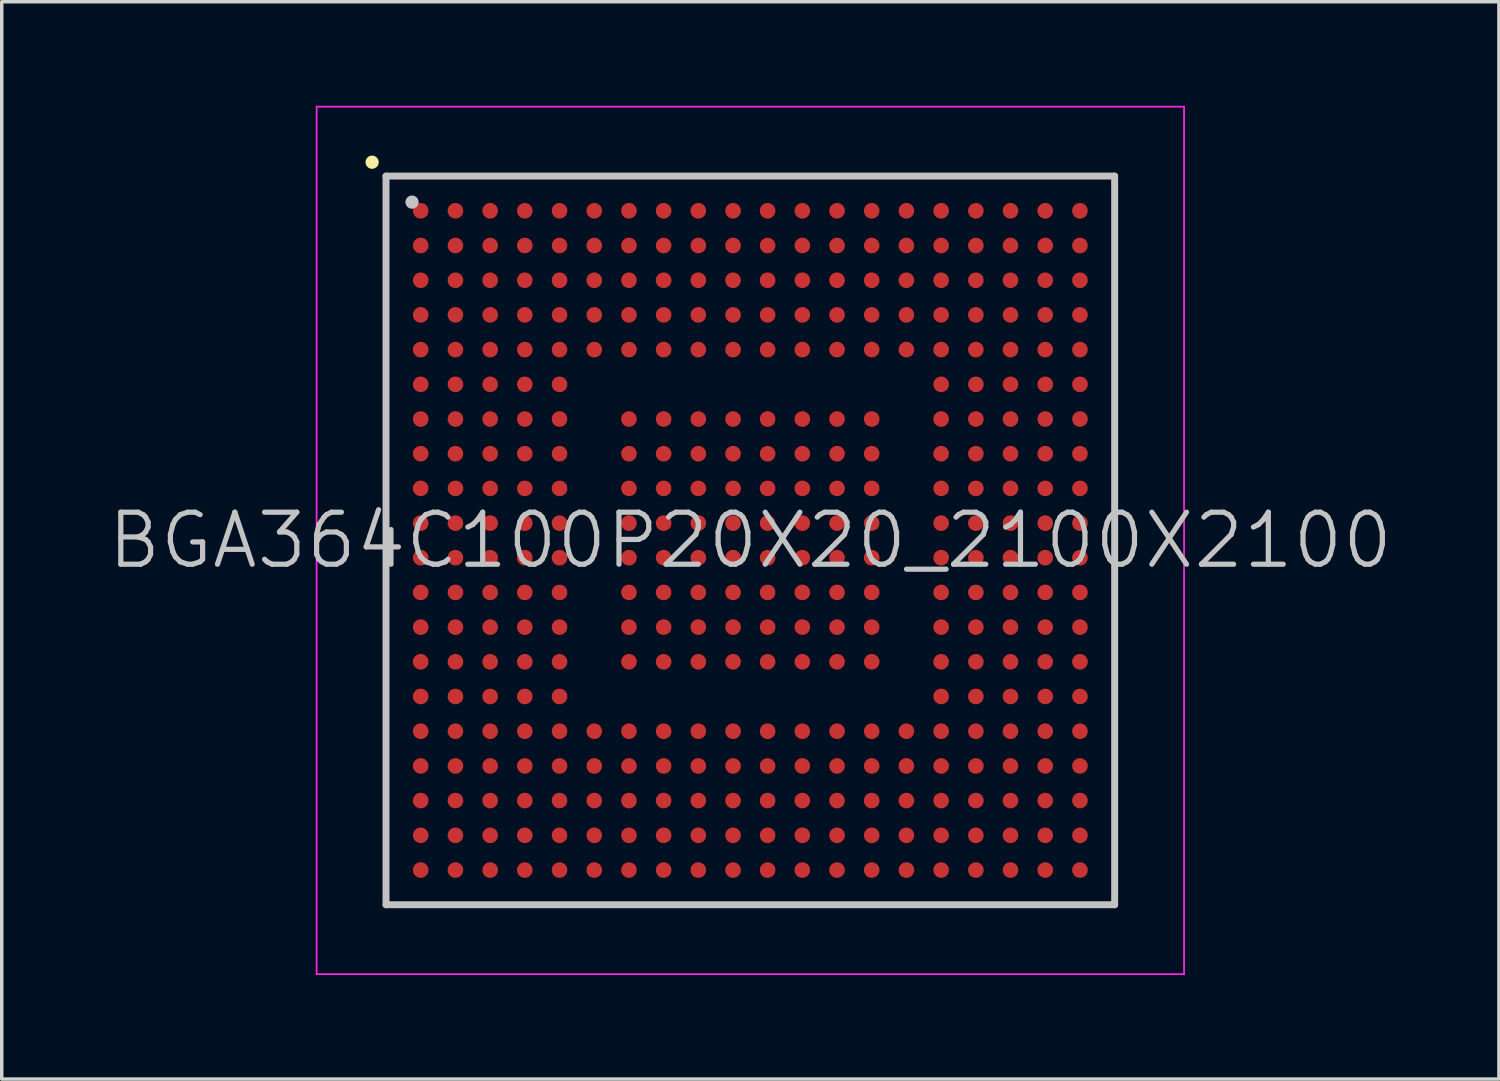
<source format=kicad_pcb>
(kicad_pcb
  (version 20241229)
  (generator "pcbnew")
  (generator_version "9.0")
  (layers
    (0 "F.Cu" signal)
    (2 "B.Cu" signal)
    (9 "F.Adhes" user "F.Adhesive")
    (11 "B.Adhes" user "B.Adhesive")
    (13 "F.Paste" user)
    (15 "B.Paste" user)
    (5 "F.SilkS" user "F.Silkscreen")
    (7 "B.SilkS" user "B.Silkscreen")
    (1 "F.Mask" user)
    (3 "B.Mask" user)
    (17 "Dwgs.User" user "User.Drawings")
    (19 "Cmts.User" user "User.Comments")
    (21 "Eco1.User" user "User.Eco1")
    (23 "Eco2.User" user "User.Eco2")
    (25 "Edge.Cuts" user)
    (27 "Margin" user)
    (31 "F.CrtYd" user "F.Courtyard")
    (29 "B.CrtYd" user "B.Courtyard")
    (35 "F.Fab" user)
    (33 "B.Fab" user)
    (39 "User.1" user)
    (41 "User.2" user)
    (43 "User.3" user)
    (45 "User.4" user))
  (footprint "BGA364C100P20X20_2100X2100"
    (layer "F.Cu")
    (at 18.575 12.525)
    (property "Reference" "BGA364C100P20X20_2100X2100" (at 0 0 0) (layer "Dwgs.User") (effects (font (size 1.5 1.5) (thickness 0.15))))
    (attr smd)
    (fp_line (start -10.9 -10.9) (end -10.9 -10.9) (stroke (width 0.381) (type solid)) (layer "F.SilkS"))
    (fp_line (start -10.5 -10.5) (end -10.5 10.5) (stroke (width 0.2) (type solid)) (layer "Dwgs.User"))
    (fp_line (start -10.5 -10.5) (end 10.5 -10.5) (stroke (width 0.2) (type solid)) (layer "Dwgs.User"))
    (fp_line (start -10.5 10.5) (end 10.5 10.5) (stroke (width 0.2) (type solid)) (layer "Dwgs.User"))
    (fp_line (start -9.75 -9.75) (end -9.75 -9.75) (stroke (width 0.381) (type solid)) (layer "Dwgs.User"))
    (fp_line (start 10.5 -10.5) (end 10.5 10.5) (stroke (width 0.2) (type solid)) (layer "Dwgs.User"))
    (fp_line (start -12.5 -12.5) (end -12.5 12.5) (stroke (width 0.05) (type solid)) (layer "F.CrtYd"))
    (fp_line (start -12.5 -12.5) (end 12.5 -12.5) (stroke (width 0.05) (type solid)) (layer "F.CrtYd"))
    (fp_line (start -12.5 12.5) (end 12.5 12.5) (stroke (width 0.05) (type solid)) (layer "F.CrtYd"))
    (fp_line (start 12.5 -12.5) (end 12.5 12.5) (stroke (width 0.05) (type solid)) (layer "F.CrtYd"))
    (pad "A1" smd circle (at -9.5 -9.5 270) (size 0.45 0.45) (layers "F.Cu" "F.Mask" "F.Paste"))
    (pad "A2" smd circle (at -8.499 -9.5 270) (size 0.45 0.45) (layers "F.Cu" "F.Mask" "F.Paste"))
    (pad "A3" smd circle (at -7.498 -9.5 270) (size 0.45 0.45) (layers "F.Cu" "F.Mask" "F.Paste"))
    (pad "A4" smd circle (at -6.5 -9.5 270) (size 0.45 0.45) (layers "F.Cu" "F.Mask" "F.Paste"))
    (pad "A5" smd circle (at -5.499 -9.5 270) (size 0.45 0.45) (layers "F.Cu" "F.Mask" "F.Paste"))
    (pad "A6" smd circle (at -4.498 -9.5 270) (size 0.45 0.45) (layers "F.Cu" "F.Mask" "F.Paste"))
    (pad "A7" smd circle (at -3.498 -9.5 270) (size 0.45 0.45) (layers "F.Cu" "F.Mask" "F.Paste"))
    (pad "A8" smd circle (at -2.499 -9.5 270) (size 0.45 0.45) (layers "F.Cu" "F.Mask" "F.Paste"))
    (pad "A9" smd circle (at -1.499 -9.5 270) (size 0.45 0.45) (layers "F.Cu" "F.Mask" "F.Paste"))
    (pad "A10" smd circle (at -0.498 -9.5 270) (size 0.45 0.45) (layers "F.Cu" "F.Mask" "F.Paste"))
    (pad "A11" smd circle (at 0.498 -9.5 270) (size 0.45 0.45) (layers "F.Cu" "F.Mask" "F.Paste"))
    (pad "A12" smd circle (at 1.499 -9.5 270) (size 0.45 0.45) (layers "F.Cu" "F.Mask" "F.Paste"))
    (pad "A13" smd circle (at 2.499 -9.5 270) (size 0.45 0.45) (layers "F.Cu" "F.Mask" "F.Paste"))
    (pad "A14" smd circle (at 3.498 -9.5 270) (size 0.45 0.45) (layers "F.Cu" "F.Mask" "F.Paste"))
    (pad "A15" smd circle (at 4.498 -9.5 270) (size 0.45 0.45) (layers "F.Cu" "F.Mask" "F.Paste"))
    (pad "A16" smd circle (at 5.499 -9.5 270) (size 0.45 0.45) (layers "F.Cu" "F.Mask" "F.Paste"))
    (pad "A17" smd circle (at 6.5 -9.5 270) (size 0.45 0.45) (layers "F.Cu" "F.Mask" "F.Paste"))
    (pad "A18" smd circle (at 7.498 -9.5 270) (size 0.45 0.45) (layers "F.Cu" "F.Mask" "F.Paste"))
    (pad "A19" smd circle (at 8.499 -9.5 270) (size 0.45 0.45) (layers "F.Cu" "F.Mask" "F.Paste"))
    (pad "A20" smd circle (at 9.5 -9.5 270) (size 0.45 0.45) (layers "F.Cu" "F.Mask" "F.Paste"))
    (pad "B1" smd circle (at -9.5 -8.499 270) (size 0.45 0.45) (layers "F.Cu" "F.Mask" "F.Paste"))
    (pad "B2" smd circle (at -8.499 -8.499 270) (size 0.45 0.45) (layers "F.Cu" "F.Mask" "F.Paste"))
    (pad "B3" smd circle (at -7.498 -8.499 270) (size 0.45 0.45) (layers "F.Cu" "F.Mask" "F.Paste"))
    (pad "B4" smd circle (at -6.5 -8.499 270) (size 0.45 0.45) (layers "F.Cu" "F.Mask" "F.Paste"))
    (pad "B5" smd circle (at -5.499 -8.499 270) (size 0.45 0.45) (layers "F.Cu" "F.Mask" "F.Paste"))
    (pad "B6" smd circle (at -4.498 -8.499 270) (size 0.45 0.45) (layers "F.Cu" "F.Mask" "F.Paste"))
    (pad "B7" smd circle (at -3.498 -8.499 270) (size 0.45 0.45) (layers "F.Cu" "F.Mask" "F.Paste"))
    (pad "B8" smd circle (at -2.499 -8.499 270) (size 0.45 0.45) (layers "F.Cu" "F.Mask" "F.Paste"))
    (pad "B9" smd circle (at -1.499 -8.499 270) (size 0.45 0.45) (layers "F.Cu" "F.Mask" "F.Paste"))
    (pad "B10" smd circle (at -0.498 -8.499 270) (size 0.45 0.45) (layers "F.Cu" "F.Mask" "F.Paste"))
    (pad "B11" smd circle (at 0.498 -8.499 270) (size 0.45 0.45) (layers "F.Cu" "F.Mask" "F.Paste"))
    (pad "B12" smd circle (at 1.499 -8.499 270) (size 0.45 0.45) (layers "F.Cu" "F.Mask" "F.Paste"))
    (pad "B13" smd circle (at 2.499 -8.499 270) (size 0.45 0.45) (layers "F.Cu" "F.Mask" "F.Paste"))
    (pad "B14" smd circle (at 3.498 -8.499 270) (size 0.45 0.45) (layers "F.Cu" "F.Mask" "F.Paste"))
    (pad "B15" smd circle (at 4.498 -8.499 270) (size 0.45 0.45) (layers "F.Cu" "F.Mask" "F.Paste"))
    (pad "B16" smd circle (at 5.499 -8.499 270) (size 0.45 0.45) (layers "F.Cu" "F.Mask" "F.Paste"))
    (pad "B17" smd circle (at 6.5 -8.499 270) (size 0.45 0.45) (layers "F.Cu" "F.Mask" "F.Paste"))
    (pad "B18" smd circle (at 7.498 -8.499 270) (size 0.45 0.45) (layers "F.Cu" "F.Mask" "F.Paste"))
    (pad "B19" smd circle (at 8.499 -8.499 270) (size 0.45 0.45) (layers "F.Cu" "F.Mask" "F.Paste"))
    (pad "B20" smd circle (at 9.5 -8.499 270) (size 0.45 0.45) (layers "F.Cu" "F.Mask" "F.Paste"))
    (pad "C1" smd circle (at -9.5 -7.498 270) (size 0.45 0.45) (layers "F.Cu" "F.Mask" "F.Paste"))
    (pad "C2" smd circle (at -8.499 -7.498 270) (size 0.45 0.45) (layers "F.Cu" "F.Mask" "F.Paste"))
    (pad "C3" smd circle (at -7.498 -7.498 270) (size 0.45 0.45) (layers "F.Cu" "F.Mask" "F.Paste"))
    (pad "C4" smd circle (at -6.5 -7.498 270) (size 0.45 0.45) (layers "F.Cu" "F.Mask" "F.Paste"))
    (pad "C5" smd circle (at -5.499 -7.498 270) (size 0.45 0.45) (layers "F.Cu" "F.Mask" "F.Paste"))
    (pad "C6" smd circle (at -4.498 -7.498 270) (size 0.45 0.45) (layers "F.Cu" "F.Mask" "F.Paste"))
    (pad "C7" smd circle (at -3.498 -7.498 270) (size 0.45 0.45) (layers "F.Cu" "F.Mask" "F.Paste"))
    (pad "C8" smd circle (at -2.499 -7.498 270) (size 0.45 0.45) (layers "F.Cu" "F.Mask" "F.Paste"))
    (pad "C9" smd circle (at -1.499 -7.498 270) (size 0.45 0.45) (layers "F.Cu" "F.Mask" "F.Paste"))
    (pad "C10" smd circle (at -0.498 -7.498 270) (size 0.45 0.45) (layers "F.Cu" "F.Mask" "F.Paste"))
    (pad "C11" smd circle (at 0.498 -7.498 270) (size 0.45 0.45) (layers "F.Cu" "F.Mask" "F.Paste"))
    (pad "C12" smd circle (at 1.499 -7.498 270) (size 0.45 0.45) (layers "F.Cu" "F.Mask" "F.Paste"))
    (pad "C13" smd circle (at 2.499 -7.498 270) (size 0.45 0.45) (layers "F.Cu" "F.Mask" "F.Paste"))
    (pad "C14" smd circle (at 3.498 -7.498 270) (size 0.45 0.45) (layers "F.Cu" "F.Mask" "F.Paste"))
    (pad "C15" smd circle (at 4.498 -7.498 270) (size 0.45 0.45) (layers "F.Cu" "F.Mask" "F.Paste"))
    (pad "C16" smd circle (at 5.499 -7.498 270) (size 0.45 0.45) (layers "F.Cu" "F.Mask" "F.Paste"))
    (pad "C17" smd circle (at 6.5 -7.498 270) (size 0.45 0.45) (layers "F.Cu" "F.Mask" "F.Paste"))
    (pad "C18" smd circle (at 7.498 -7.498 270) (size 0.45 0.45) (layers "F.Cu" "F.Mask" "F.Paste"))
    (pad "C19" smd circle (at 8.499 -7.498 270) (size 0.45 0.45) (layers "F.Cu" "F.Mask" "F.Paste"))
    (pad "C20" smd circle (at 9.5 -7.498 270) (size 0.45 0.45) (layers "F.Cu" "F.Mask" "F.Paste"))
    (pad "D1" smd circle (at -9.5 -6.5 270) (size 0.45 0.45) (layers "F.Cu" "F.Mask" "F.Paste"))
    (pad "D2" smd circle (at -8.499 -6.5 270) (size 0.45 0.45) (layers "F.Cu" "F.Mask" "F.Paste"))
    (pad "D3" smd circle (at -7.498 -6.5 270) (size 0.45 0.45) (layers "F.Cu" "F.Mask" "F.Paste"))
    (pad "D4" smd circle (at -6.5 -6.5 270) (size 0.45 0.45) (layers "F.Cu" "F.Mask" "F.Paste"))
    (pad "D5" smd circle (at -5.499 -6.5 270) (size 0.45 0.45) (layers "F.Cu" "F.Mask" "F.Paste"))
    (pad "D6" smd circle (at -4.498 -6.5 270) (size 0.45 0.45) (layers "F.Cu" "F.Mask" "F.Paste"))
    (pad "D7" smd circle (at -3.498 -6.5 270) (size 0.45 0.45) (layers "F.Cu" "F.Mask" "F.Paste"))
    (pad "D8" smd circle (at -2.499 -6.5 270) (size 0.45 0.45) (layers "F.Cu" "F.Mask" "F.Paste"))
    (pad "D9" smd circle (at -1.499 -6.5 270) (size 0.45 0.45) (layers "F.Cu" "F.Mask" "F.Paste"))
    (pad "D10" smd circle (at -0.498 -6.5 270) (size 0.45 0.45) (layers "F.Cu" "F.Mask" "F.Paste"))
    (pad "D11" smd circle (at 0.498 -6.5 270) (size 0.45 0.45) (layers "F.Cu" "F.Mask" "F.Paste"))
    (pad "D12" smd circle (at 1.499 -6.5 270) (size 0.45 0.45) (layers "F.Cu" "F.Mask" "F.Paste"))
    (pad "D13" smd circle (at 2.499 -6.5 270) (size 0.45 0.45) (layers "F.Cu" "F.Mask" "F.Paste"))
    (pad "D14" smd circle (at 3.498 -6.5 270) (size 0.45 0.45) (layers "F.Cu" "F.Mask" "F.Paste"))
    (pad "D15" smd circle (at 4.498 -6.5 270) (size 0.45 0.45) (layers "F.Cu" "F.Mask" "F.Paste"))
    (pad "D16" smd circle (at 5.499 -6.5 270) (size 0.45 0.45) (layers "F.Cu" "F.Mask" "F.Paste"))
    (pad "D17" smd circle (at 6.5 -6.5 270) (size 0.45 0.45) (layers "F.Cu" "F.Mask" "F.Paste"))
    (pad "D18" smd circle (at 7.498 -6.5 270) (size 0.45 0.45) (layers "F.Cu" "F.Mask" "F.Paste"))
    (pad "D19" smd circle (at 8.499 -6.5 270) (size 0.45 0.45) (layers "F.Cu" "F.Mask" "F.Paste"))
    (pad "D20" smd circle (at 9.5 -6.5 270) (size 0.45 0.45) (layers "F.Cu" "F.Mask" "F.Paste"))
    (pad "E1" smd circle (at -9.5 -5.499 270) (size 0.45 0.45) (layers "F.Cu" "F.Mask" "F.Paste"))
    (pad "E2" smd circle (at -8.499 -5.499 270) (size 0.45 0.45) (layers "F.Cu" "F.Mask" "F.Paste"))
    (pad "E3" smd circle (at -7.498 -5.499 270) (size 0.45 0.45) (layers "F.Cu" "F.Mask" "F.Paste"))
    (pad "E4" smd circle (at -6.5 -5.499 270) (size 0.45 0.45) (layers "F.Cu" "F.Mask" "F.Paste"))
    (pad "E5" smd circle (at -5.499 -5.499 270) (size 0.45 0.45) (layers "F.Cu" "F.Mask" "F.Paste"))
    (pad "E6" smd circle (at -4.498 -5.499 270) (size 0.45 0.45) (layers "F.Cu" "F.Mask" "F.Paste"))
    (pad "E7" smd circle (at -3.498 -5.499 270) (size 0.45 0.45) (layers "F.Cu" "F.Mask" "F.Paste"))
    (pad "E8" smd circle (at -2.499 -5.499 270) (size 0.45 0.45) (layers "F.Cu" "F.Mask" "F.Paste"))
    (pad "E9" smd circle (at -1.499 -5.499 270) (size 0.45 0.45) (layers "F.Cu" "F.Mask" "F.Paste"))
    (pad "E10" smd circle (at -0.498 -5.499 270) (size 0.45 0.45) (layers "F.Cu" "F.Mask" "F.Paste"))
    (pad "E11" smd circle (at 0.498 -5.499 270) (size 0.45 0.45) (layers "F.Cu" "F.Mask" "F.Paste"))
    (pad "E12" smd circle (at 1.499 -5.499 270) (size 0.45 0.45) (layers "F.Cu" "F.Mask" "F.Paste"))
    (pad "E13" smd circle (at 2.499 -5.499 270) (size 0.45 0.45) (layers "F.Cu" "F.Mask" "F.Paste"))
    (pad "E14" smd circle (at 3.498 -5.499 270) (size 0.45 0.45) (layers "F.Cu" "F.Mask" "F.Paste"))
    (pad "E15" smd circle (at 4.498 -5.499 270) (size 0.45 0.45) (layers "F.Cu" "F.Mask" "F.Paste"))
    (pad "E16" smd circle (at 5.499 -5.499 270) (size 0.45 0.45) (layers "F.Cu" "F.Mask" "F.Paste"))
    (pad "E17" smd circle (at 6.5 -5.499 270) (size 0.45 0.45) (layers "F.Cu" "F.Mask" "F.Paste"))
    (pad "E18" smd circle (at 7.498 -5.499 270) (size 0.45 0.45) (layers "F.Cu" "F.Mask" "F.Paste"))
    (pad "E19" smd circle (at 8.499 -5.499 270) (size 0.45 0.45) (layers "F.Cu" "F.Mask" "F.Paste"))
    (pad "E20" smd circle (at 9.5 -5.499 270) (size 0.45 0.45) (layers "F.Cu" "F.Mask" "F.Paste"))
    (pad "F1" smd circle (at -9.5 -4.498 270) (size 0.45 0.45) (layers "F.Cu" "F.Mask" "F.Paste"))
    (pad "F2" smd circle (at -8.499 -4.498 270) (size 0.45 0.45) (layers "F.Cu" "F.Mask" "F.Paste"))
    (pad "F3" smd circle (at -7.498 -4.498 270) (size 0.45 0.45) (layers "F.Cu" "F.Mask" "F.Paste"))
    (pad "F4" smd circle (at -6.5 -4.498 270) (size 0.45 0.45) (layers "F.Cu" "F.Mask" "F.Paste"))
    (pad "F5" smd circle (at -5.499 -4.498 270) (size 0.45 0.45) (layers "F.Cu" "F.Mask" "F.Paste"))
    (pad "F16" smd circle (at 5.499 -4.498 270) (size 0.45 0.45) (layers "F.Cu" "F.Mask" "F.Paste"))
    (pad "F17" smd circle (at 6.5 -4.498 270) (size 0.45 0.45) (layers "F.Cu" "F.Mask" "F.Paste"))
    (pad "F18" smd circle (at 7.498 -4.498 270) (size 0.45 0.45) (layers "F.Cu" "F.Mask" "F.Paste"))
    (pad "F19" smd circle (at 8.499 -4.498 270) (size 0.45 0.45) (layers "F.Cu" "F.Mask" "F.Paste"))
    (pad "F20" smd circle (at 9.5 -4.498 270) (size 0.45 0.45) (layers "F.Cu" "F.Mask" "F.Paste"))
    (pad "G1" smd circle (at -9.5 -3.498 270) (size 0.45 0.45) (layers "F.Cu" "F.Mask" "F.Paste"))
    (pad "G2" smd circle (at -8.499 -3.498 270) (size 0.45 0.45) (layers "F.Cu" "F.Mask" "F.Paste"))
    (pad "G3" smd circle (at -7.498 -3.498 270) (size 0.45 0.45) (layers "F.Cu" "F.Mask" "F.Paste"))
    (pad "G4" smd circle (at -6.5 -3.498 270) (size 0.45 0.45) (layers "F.Cu" "F.Mask" "F.Paste"))
    (pad "G5" smd circle (at -5.499 -3.498 270) (size 0.45 0.45) (layers "F.Cu" "F.Mask" "F.Paste"))
    (pad "G7" smd circle (at -3.498 -3.498 270) (size 0.45 0.45) (layers "F.Cu" "F.Mask" "F.Paste"))
    (pad "G8" smd circle (at -2.499 -3.498 270) (size 0.45 0.45) (layers "F.Cu" "F.Mask" "F.Paste"))
    (pad "G9" smd circle (at -1.499 -3.498 270) (size 0.45 0.45) (layers "F.Cu" "F.Mask" "F.Paste"))
    (pad "G10" smd circle (at -0.498 -3.498 270) (size 0.45 0.45) (layers "F.Cu" "F.Mask" "F.Paste"))
    (pad "G11" smd circle (at 0.498 -3.498 270) (size 0.45 0.45) (layers "F.Cu" "F.Mask" "F.Paste"))
    (pad "G12" smd circle (at 1.499 -3.498 270) (size 0.45 0.45) (layers "F.Cu" "F.Mask" "F.Paste"))
    (pad "G13" smd circle (at 2.499 -3.498 270) (size 0.45 0.45) (layers "F.Cu" "F.Mask" "F.Paste"))
    (pad "G14" smd circle (at 3.498 -3.498 270) (size 0.45 0.45) (layers "F.Cu" "F.Mask" "F.Paste"))
    (pad "G16" smd circle (at 5.499 -3.498 270) (size 0.45 0.45) (layers "F.Cu" "F.Mask" "F.Paste"))
    (pad "G17" smd circle (at 6.5 -3.498 270) (size 0.45 0.45) (layers "F.Cu" "F.Mask" "F.Paste"))
    (pad "G18" smd circle (at 7.498 -3.498 270) (size 0.45 0.45) (layers "F.Cu" "F.Mask" "F.Paste"))
    (pad "G19" smd circle (at 8.499 -3.498 270) (size 0.45 0.45) (layers "F.Cu" "F.Mask" "F.Paste"))
    (pad "G20" smd circle (at 9.5 -3.498 270) (size 0.45 0.45) (layers "F.Cu" "F.Mask" "F.Paste"))
    (pad "H1" smd circle (at -9.5 -2.499 270) (size 0.45 0.45) (layers "F.Cu" "F.Mask" "F.Paste"))
    (pad "H2" smd circle (at -8.499 -2.499 270) (size 0.45 0.45) (layers "F.Cu" "F.Mask" "F.Paste"))
    (pad "H3" smd circle (at -7.498 -2.499 270) (size 0.45 0.45) (layers "F.Cu" "F.Mask" "F.Paste"))
    (pad "H4" smd circle (at -6.5 -2.499 270) (size 0.45 0.45) (layers "F.Cu" "F.Mask" "F.Paste"))
    (pad "H5" smd circle (at -5.499 -2.499 270) (size 0.45 0.45) (layers "F.Cu" "F.Mask" "F.Paste"))
    (pad "H7" smd circle (at -3.498 -2.499 270) (size 0.45 0.45) (layers "F.Cu" "F.Mask" "F.Paste"))
    (pad "H8" smd circle (at -2.499 -2.499 270) (size 0.45 0.45) (layers "F.Cu" "F.Mask" "F.Paste"))
    (pad "H9" smd circle (at -1.499 -2.499 270) (size 0.45 0.45) (layers "F.Cu" "F.Mask" "F.Paste"))
    (pad "H10" smd circle (at -0.498 -2.499 270) (size 0.45 0.45) (layers "F.Cu" "F.Mask" "F.Paste"))
    (pad "H11" smd circle (at 0.498 -2.499 270) (size 0.45 0.45) (layers "F.Cu" "F.Mask" "F.Paste"))
    (pad "H12" smd circle (at 1.499 -2.499 270) (size 0.45 0.45) (layers "F.Cu" "F.Mask" "F.Paste"))
    (pad "H13" smd circle (at 2.499 -2.499 270) (size 0.45 0.45) (layers "F.Cu" "F.Mask" "F.Paste"))
    (pad "H14" smd circle (at 3.498 -2.499 270) (size 0.45 0.45) (layers "F.Cu" "F.Mask" "F.Paste"))
    (pad "H16" smd circle (at 5.499 -2.499 270) (size 0.45 0.45) (layers "F.Cu" "F.Mask" "F.Paste"))
    (pad "H17" smd circle (at 6.5 -2.499 270) (size 0.45 0.45) (layers "F.Cu" "F.Mask" "F.Paste"))
    (pad "H18" smd circle (at 7.498 -2.499 270) (size 0.45 0.45) (layers "F.Cu" "F.Mask" "F.Paste"))
    (pad "H19" smd circle (at 8.499 -2.499 270) (size 0.45 0.45) (layers "F.Cu" "F.Mask" "F.Paste"))
    (pad "H20" smd circle (at 9.5 -2.499 270) (size 0.45 0.45) (layers "F.Cu" "F.Mask" "F.Paste"))
    (pad "J1" smd circle (at -9.5 -1.499 270) (size 0.45 0.45) (layers "F.Cu" "F.Mask" "F.Paste"))
    (pad "J2" smd circle (at -8.499 -1.499 270) (size 0.45 0.45) (layers "F.Cu" "F.Mask" "F.Paste"))
    (pad "J3" smd circle (at -7.498 -1.499 270) (size 0.45 0.45) (layers "F.Cu" "F.Mask" "F.Paste"))
    (pad "J4" smd circle (at -6.5 -1.499 270) (size 0.45 0.45) (layers "F.Cu" "F.Mask" "F.Paste"))
    (pad "J5" smd circle (at -5.499 -1.499 270) (size 0.45 0.45) (layers "F.Cu" "F.Mask" "F.Paste"))
    (pad "J7" smd circle (at -3.498 -1.499 270) (size 0.45 0.45) (layers "F.Cu" "F.Mask" "F.Paste"))
    (pad "J8" smd circle (at -2.499 -1.499 270) (size 0.45 0.45) (layers "F.Cu" "F.Mask" "F.Paste"))
    (pad "J9" smd circle (at -1.499 -1.499 270) (size 0.45 0.45) (layers "F.Cu" "F.Mask" "F.Paste"))
    (pad "J10" smd circle (at -0.498 -1.499 270) (size 0.45 0.45) (layers "F.Cu" "F.Mask" "F.Paste"))
    (pad "J11" smd circle (at 0.498 -1.499 270) (size 0.45 0.45) (layers "F.Cu" "F.Mask" "F.Paste"))
    (pad "J12" smd circle (at 1.499 -1.499 270) (size 0.45 0.45) (layers "F.Cu" "F.Mask" "F.Paste"))
    (pad "J13" smd circle (at 2.499 -1.499 270) (size 0.45 0.45) (layers "F.Cu" "F.Mask" "F.Paste"))
    (pad "J14" smd circle (at 3.498 -1.499 270) (size 0.45 0.45) (layers "F.Cu" "F.Mask" "F.Paste"))
    (pad "J16" smd circle (at 5.499 -1.499 270) (size 0.45 0.45) (layers "F.Cu" "F.Mask" "F.Paste"))
    (pad "J17" smd circle (at 6.5 -1.499 270) (size 0.45 0.45) (layers "F.Cu" "F.Mask" "F.Paste"))
    (pad "J18" smd circle (at 7.498 -1.499 270) (size 0.45 0.45) (layers "F.Cu" "F.Mask" "F.Paste"))
    (pad "J19" smd circle (at 8.499 -1.499 270) (size 0.45 0.45) (layers "F.Cu" "F.Mask" "F.Paste"))
    (pad "J20" smd circle (at 9.5 -1.499 270) (size 0.45 0.45) (layers "F.Cu" "F.Mask" "F.Paste"))
    (pad "K1" smd circle (at -9.5 -0.498 270) (size 0.45 0.45) (layers "F.Cu" "F.Mask" "F.Paste"))
    (pad "K2" smd circle (at -8.499 -0.498 270) (size 0.45 0.45) (layers "F.Cu" "F.Mask" "F.Paste"))
    (pad "K3" smd circle (at -7.498 -0.498 270) (size 0.45 0.45) (layers "F.Cu" "F.Mask" "F.Paste"))
    (pad "K4" smd circle (at -6.5 -0.498 270) (size 0.45 0.45) (layers "F.Cu" "F.Mask" "F.Paste"))
    (pad "K5" smd circle (at -5.499 -0.498 270) (size 0.45 0.45) (layers "F.Cu" "F.Mask" "F.Paste"))
    (pad "K7" smd circle (at -3.498 -0.498 270) (size 0.45 0.45) (layers "F.Cu" "F.Mask" "F.Paste"))
    (pad "K8" smd circle (at -2.499 -0.498 270) (size 0.45 0.45) (layers "F.Cu" "F.Mask" "F.Paste"))
    (pad "K9" smd circle (at -1.499 -0.498 270) (size 0.45 0.45) (layers "F.Cu" "F.Mask" "F.Paste"))
    (pad "K10" smd circle (at -0.498 -0.498 270) (size 0.45 0.45) (layers "F.Cu" "F.Mask" "F.Paste"))
    (pad "K11" smd circle (at 0.498 -0.498 270) (size 0.45 0.45) (layers "F.Cu" "F.Mask" "F.Paste"))
    (pad "K12" smd circle (at 1.499 -0.498 270) (size 0.45 0.45) (layers "F.Cu" "F.Mask" "F.Paste"))
    (pad "K13" smd circle (at 2.499 -0.498 270) (size 0.45 0.45) (layers "F.Cu" "F.Mask" "F.Paste"))
    (pad "K14" smd circle (at 3.498 -0.498 270) (size 0.45 0.45) (layers "F.Cu" "F.Mask" "F.Paste"))
    (pad "K16" smd circle (at 5.499 -0.498 270) (size 0.45 0.45) (layers "F.Cu" "F.Mask" "F.Paste"))
    (pad "K17" smd circle (at 6.5 -0.498 270) (size 0.45 0.45) (layers "F.Cu" "F.Mask" "F.Paste"))
    (pad "K18" smd circle (at 7.498 -0.498 270) (size 0.45 0.45) (layers "F.Cu" "F.Mask" "F.Paste"))
    (pad "K19" smd circle (at 8.499 -0.498 270) (size 0.45 0.45) (layers "F.Cu" "F.Mask" "F.Paste"))
    (pad "K20" smd circle (at 9.5 -0.498 270) (size 0.45 0.45) (layers "F.Cu" "F.Mask" "F.Paste"))
    (pad "L1" smd circle (at -9.5 0.498 270) (size 0.45 0.45) (layers "F.Cu" "F.Mask" "F.Paste"))
    (pad "L2" smd circle (at -8.499 0.498 270) (size 0.45 0.45) (layers "F.Cu" "F.Mask" "F.Paste"))
    (pad "L3" smd circle (at -7.498 0.498 270) (size 0.45 0.45) (layers "F.Cu" "F.Mask" "F.Paste"))
    (pad "L4" smd circle (at -6.5 0.498 270) (size 0.45 0.45) (layers "F.Cu" "F.Mask" "F.Paste"))
    (pad "L5" smd circle (at -5.499 0.498 270) (size 0.45 0.45) (layers "F.Cu" "F.Mask" "F.Paste"))
    (pad "L7" smd circle (at -3.498 0.498 270) (size 0.45 0.45) (layers "F.Cu" "F.Mask" "F.Paste"))
    (pad "L8" smd circle (at -2.499 0.498 270) (size 0.45 0.45) (layers "F.Cu" "F.Mask" "F.Paste"))
    (pad "L9" smd circle (at -1.499 0.498 270) (size 0.45 0.45) (layers "F.Cu" "F.Mask" "F.Paste"))
    (pad "L10" smd circle (at -0.498 0.498 270) (size 0.45 0.45) (layers "F.Cu" "F.Mask" "F.Paste"))
    (pad "L11" smd circle (at 0.498 0.498 270) (size 0.45 0.45) (layers "F.Cu" "F.Mask" "F.Paste"))
    (pad "L12" smd circle (at 1.499 0.498 270) (size 0.45 0.45) (layers "F.Cu" "F.Mask" "F.Paste"))
    (pad "L13" smd circle (at 2.499 0.498 270) (size 0.45 0.45) (layers "F.Cu" "F.Mask" "F.Paste"))
    (pad "L14" smd circle (at 3.498 0.498 270) (size 0.45 0.45) (layers "F.Cu" "F.Mask" "F.Paste"))
    (pad "L16" smd circle (at 5.499 0.498 270) (size 0.45 0.45) (layers "F.Cu" "F.Mask" "F.Paste"))
    (pad "L17" smd circle (at 6.5 0.498 270) (size 0.45 0.45) (layers "F.Cu" "F.Mask" "F.Paste"))
    (pad "L18" smd circle (at 7.498 0.498 270) (size 0.45 0.45) (layers "F.Cu" "F.Mask" "F.Paste"))
    (pad "L19" smd circle (at 8.499 0.498 270) (size 0.45 0.45) (layers "F.Cu" "F.Mask" "F.Paste"))
    (pad "L20" smd circle (at 9.5 0.498 270) (size 0.45 0.45) (layers "F.Cu" "F.Mask" "F.Paste"))
    (pad "M1" smd circle (at -9.5 1.499 270) (size 0.45 0.45) (layers "F.Cu" "F.Mask" "F.Paste"))
    (pad "M2" smd circle (at -8.499 1.499 270) (size 0.45 0.45) (layers "F.Cu" "F.Mask" "F.Paste"))
    (pad "M3" smd circle (at -7.498 1.499 270) (size 0.45 0.45) (layers "F.Cu" "F.Mask" "F.Paste"))
    (pad "M4" smd circle (at -6.5 1.499 270) (size 0.45 0.45) (layers "F.Cu" "F.Mask" "F.Paste"))
    (pad "M5" smd circle (at -5.499 1.499 270) (size 0.45 0.45) (layers "F.Cu" "F.Mask" "F.Paste"))
    (pad "M7" smd circle (at -3.498 1.499 270) (size 0.45 0.45) (layers "F.Cu" "F.Mask" "F.Paste"))
    (pad "M8" smd circle (at -2.499 1.499 270) (size 0.45 0.45) (layers "F.Cu" "F.Mask" "F.Paste"))
    (pad "M9" smd circle (at -1.499 1.499 270) (size 0.45 0.45) (layers "F.Cu" "F.Mask" "F.Paste"))
    (pad "M10" smd circle (at -0.498 1.499 270) (size 0.45 0.45) (layers "F.Cu" "F.Mask" "F.Paste"))
    (pad "M11" smd circle (at 0.498 1.499 270) (size 0.45 0.45) (layers "F.Cu" "F.Mask" "F.Paste"))
    (pad "M12" smd circle (at 1.499 1.499 270) (size 0.45 0.45) (layers "F.Cu" "F.Mask" "F.Paste"))
    (pad "M13" smd circle (at 2.499 1.499 270) (size 0.45 0.45) (layers "F.Cu" "F.Mask" "F.Paste"))
    (pad "M14" smd circle (at 3.498 1.499 270) (size 0.45 0.45) (layers "F.Cu" "F.Mask" "F.Paste"))
    (pad "M16" smd circle (at 5.499 1.499 270) (size 0.45 0.45) (layers "F.Cu" "F.Mask" "F.Paste"))
    (pad "M17" smd circle (at 6.5 1.499 270) (size 0.45 0.45) (layers "F.Cu" "F.Mask" "F.Paste"))
    (pad "M18" smd circle (at 7.498 1.499 270) (size 0.45 0.45) (layers "F.Cu" "F.Mask" "F.Paste"))
    (pad "M19" smd circle (at 8.499 1.499 270) (size 0.45 0.45) (layers "F.Cu" "F.Mask" "F.Paste"))
    (pad "M20" smd circle (at 9.5 1.499 270) (size 0.45 0.45) (layers "F.Cu" "F.Mask" "F.Paste"))
    (pad "N1" smd circle (at -9.5 2.499 270) (size 0.45 0.45) (layers "F.Cu" "F.Mask" "F.Paste"))
    (pad "N2" smd circle (at -8.499 2.499 270) (size 0.45 0.45) (layers "F.Cu" "F.Mask" "F.Paste"))
    (pad "N3" smd circle (at -7.498 2.499 270) (size 0.45 0.45) (layers "F.Cu" "F.Mask" "F.Paste"))
    (pad "N4" smd circle (at -6.5 2.499 270) (size 0.45 0.45) (layers "F.Cu" "F.Mask" "F.Paste"))
    (pad "N5" smd circle (at -5.499 2.499 270) (size 0.45 0.45) (layers "F.Cu" "F.Mask" "F.Paste"))
    (pad "N7" smd circle (at -3.498 2.499 270) (size 0.45 0.45) (layers "F.Cu" "F.Mask" "F.Paste"))
    (pad "N8" smd circle (at -2.499 2.499 270) (size 0.45 0.45) (layers "F.Cu" "F.Mask" "F.Paste"))
    (pad "N9" smd circle (at -1.499 2.499 270) (size 0.45 0.45) (layers "F.Cu" "F.Mask" "F.Paste"))
    (pad "N10" smd circle (at -0.498 2.499 270) (size 0.45 0.45) (layers "F.Cu" "F.Mask" "F.Paste"))
    (pad "N11" smd circle (at 0.498 2.499 270) (size 0.45 0.45) (layers "F.Cu" "F.Mask" "F.Paste"))
    (pad "N12" smd circle (at 1.499 2.499 270) (size 0.45 0.45) (layers "F.Cu" "F.Mask" "F.Paste"))
    (pad "N13" smd circle (at 2.499 2.499 270) (size 0.45 0.45) (layers "F.Cu" "F.Mask" "F.Paste"))
    (pad "N14" smd circle (at 3.498 2.499 270) (size 0.45 0.45) (layers "F.Cu" "F.Mask" "F.Paste"))
    (pad "N16" smd circle (at 5.499 2.499 270) (size 0.45 0.45) (layers "F.Cu" "F.Mask" "F.Paste"))
    (pad "N17" smd circle (at 6.5 2.499 270) (size 0.45 0.45) (layers "F.Cu" "F.Mask" "F.Paste"))
    (pad "N18" smd circle (at 7.498 2.499 270) (size 0.45 0.45) (layers "F.Cu" "F.Mask" "F.Paste"))
    (pad "N19" smd circle (at 8.499 2.499 270) (size 0.45 0.45) (layers "F.Cu" "F.Mask" "F.Paste"))
    (pad "N20" smd circle (at 9.5 2.499 270) (size 0.45 0.45) (layers "F.Cu" "F.Mask" "F.Paste"))
    (pad "P1" smd circle (at -9.5 3.498 270) (size 0.45 0.45) (layers "F.Cu" "F.Mask" "F.Paste"))
    (pad "P2" smd circle (at -8.499 3.498 270) (size 0.45 0.45) (layers "F.Cu" "F.Mask" "F.Paste"))
    (pad "P3" smd circle (at -7.498 3.498 270) (size 0.45 0.45) (layers "F.Cu" "F.Mask" "F.Paste"))
    (pad "P4" smd circle (at -6.5 3.498 270) (size 0.45 0.45) (layers "F.Cu" "F.Mask" "F.Paste"))
    (pad "P5" smd circle (at -5.499 3.498 270) (size 0.45 0.45) (layers "F.Cu" "F.Mask" "F.Paste"))
    (pad "P7" smd circle (at -3.498 3.498 270) (size 0.45 0.45) (layers "F.Cu" "F.Mask" "F.Paste"))
    (pad "P8" smd circle (at -2.499 3.498 270) (size 0.45 0.45) (layers "F.Cu" "F.Mask" "F.Paste"))
    (pad "P9" smd circle (at -1.499 3.498 270) (size 0.45 0.45) (layers "F.Cu" "F.Mask" "F.Paste"))
    (pad "P10" smd circle (at -0.498 3.498 270) (size 0.45 0.45) (layers "F.Cu" "F.Mask" "F.Paste"))
    (pad "P11" smd circle (at 0.498 3.498 270) (size 0.45 0.45) (layers "F.Cu" "F.Mask" "F.Paste"))
    (pad "P12" smd circle (at 1.499 3.498 270) (size 0.45 0.45) (layers "F.Cu" "F.Mask" "F.Paste"))
    (pad "P13" smd circle (at 2.499 3.498 270) (size 0.45 0.45) (layers "F.Cu" "F.Mask" "F.Paste"))
    (pad "P14" smd circle (at 3.498 3.498 270) (size 0.45 0.45) (layers "F.Cu" "F.Mask" "F.Paste"))
    (pad "P16" smd circle (at 5.499 3.498 270) (size 0.45 0.45) (layers "F.Cu" "F.Mask" "F.Paste"))
    (pad "P17" smd circle (at 6.5 3.498 270) (size 0.45 0.45) (layers "F.Cu" "F.Mask" "F.Paste"))
    (pad "P18" smd circle (at 7.498 3.498 270) (size 0.45 0.45) (layers "F.Cu" "F.Mask" "F.Paste"))
    (pad "P19" smd circle (at 8.499 3.498 270) (size 0.45 0.45) (layers "F.Cu" "F.Mask" "F.Paste"))
    (pad "P20" smd circle (at 9.5 3.498 270) (size 0.45 0.45) (layers "F.Cu" "F.Mask" "F.Paste"))
    (pad "R1" smd circle (at -9.5 4.498 270) (size 0.45 0.45) (layers "F.Cu" "F.Mask" "F.Paste"))
    (pad "R2" smd circle (at -8.499 4.498 270) (size 0.45 0.45) (layers "F.Cu" "F.Mask" "F.Paste"))
    (pad "R3" smd circle (at -7.498 4.498 270) (size 0.45 0.45) (layers "F.Cu" "F.Mask" "F.Paste"))
    (pad "R4" smd circle (at -6.5 4.498 270) (size 0.45 0.45) (layers "F.Cu" "F.Mask" "F.Paste"))
    (pad "R5" smd circle (at -5.499 4.498 270) (size 0.45 0.45) (layers "F.Cu" "F.Mask" "F.Paste"))
    (pad "R16" smd circle (at 5.499 4.498 270) (size 0.45 0.45) (layers "F.Cu" "F.Mask" "F.Paste"))
    (pad "R17" smd circle (at 6.5 4.498 270) (size 0.45 0.45) (layers "F.Cu" "F.Mask" "F.Paste"))
    (pad "R18" smd circle (at 7.498 4.498 270) (size 0.45 0.45) (layers "F.Cu" "F.Mask" "F.Paste"))
    (pad "R19" smd circle (at 8.499 4.498 270) (size 0.45 0.45) (layers "F.Cu" "F.Mask" "F.Paste"))
    (pad "R20" smd circle (at 9.5 4.498 270) (size 0.45 0.45) (layers "F.Cu" "F.Mask" "F.Paste"))
    (pad "T1" smd circle (at -9.5 5.499 270) (size 0.45 0.45) (layers "F.Cu" "F.Mask" "F.Paste"))
    (pad "T2" smd circle (at -8.499 5.499 270) (size 0.45 0.45) (layers "F.Cu" "F.Mask" "F.Paste"))
    (pad "T3" smd circle (at -7.498 5.499 270) (size 0.45 0.45) (layers "F.Cu" "F.Mask" "F.Paste"))
    (pad "T4" smd circle (at -6.5 5.499 270) (size 0.45 0.45) (layers "F.Cu" "F.Mask" "F.Paste"))
    (pad "T5" smd circle (at -5.499 5.499 270) (size 0.45 0.45) (layers "F.Cu" "F.Mask" "F.Paste"))
    (pad "T6" smd circle (at -4.498 5.499 270) (size 0.45 0.45) (layers "F.Cu" "F.Mask" "F.Paste"))
    (pad "T7" smd circle (at -3.498 5.499 270) (size 0.45 0.45) (layers "F.Cu" "F.Mask" "F.Paste"))
    (pad "T8" smd circle (at -2.499 5.499 270) (size 0.45 0.45) (layers "F.Cu" "F.Mask" "F.Paste"))
    (pad "T9" smd circle (at -1.499 5.499 270) (size 0.45 0.45) (layers "F.Cu" "F.Mask" "F.Paste"))
    (pad "T10" smd circle (at -0.498 5.499 270) (size 0.45 0.45) (layers "F.Cu" "F.Mask" "F.Paste"))
    (pad "T11" smd circle (at 0.498 5.499 270) (size 0.45 0.45) (layers "F.Cu" "F.Mask" "F.Paste"))
    (pad "T12" smd circle (at 1.499 5.499 270) (size 0.45 0.45) (layers "F.Cu" "F.Mask" "F.Paste"))
    (pad "T13" smd circle (at 2.499 5.499 270) (size 0.45 0.45) (layers "F.Cu" "F.Mask" "F.Paste"))
    (pad "T14" smd circle (at 3.498 5.499 270) (size 0.45 0.45) (layers "F.Cu" "F.Mask" "F.Paste"))
    (pad "T15" smd circle (at 4.498 5.499 270) (size 0.45 0.45) (layers "F.Cu" "F.Mask" "F.Paste"))
    (pad "T16" smd circle (at 5.499 5.499 270) (size 0.45 0.45) (layers "F.Cu" "F.Mask" "F.Paste"))
    (pad "T17" smd circle (at 6.5 5.499 270) (size 0.45 0.45) (layers "F.Cu" "F.Mask" "F.Paste"))
    (pad "T18" smd circle (at 7.498 5.499 270) (size 0.45 0.45) (layers "F.Cu" "F.Mask" "F.Paste"))
    (pad "T19" smd circle (at 8.499 5.499 270) (size 0.45 0.45) (layers "F.Cu" "F.Mask" "F.Paste"))
    (pad "T20" smd circle (at 9.5 5.499 270) (size 0.45 0.45) (layers "F.Cu" "F.Mask" "F.Paste"))
    (pad "U1" smd circle (at -9.5 6.5 270) (size 0.45 0.45) (layers "F.Cu" "F.Mask" "F.Paste"))
    (pad "U2" smd circle (at -8.499 6.5 270) (size 0.45 0.45) (layers "F.Cu" "F.Mask" "F.Paste"))
    (pad "U3" smd circle (at -7.498 6.5 270) (size 0.45 0.45) (layers "F.Cu" "F.Mask" "F.Paste"))
    (pad "U4" smd circle (at -6.5 6.5 270) (size 0.45 0.45) (layers "F.Cu" "F.Mask" "F.Paste"))
    (pad "U5" smd circle (at -5.499 6.5 270) (size 0.45 0.45) (layers "F.Cu" "F.Mask" "F.Paste"))
    (pad "U6" smd circle (at -4.498 6.5 270) (size 0.45 0.45) (layers "F.Cu" "F.Mask" "F.Paste"))
    (pad "U7" smd circle (at -3.498 6.5 270) (size 0.45 0.45) (layers "F.Cu" "F.Mask" "F.Paste"))
    (pad "U8" smd circle (at -2.499 6.5 270) (size 0.45 0.45) (layers "F.Cu" "F.Mask" "F.Paste"))
    (pad "U9" smd circle (at -1.499 6.5 270) (size 0.45 0.45) (layers "F.Cu" "F.Mask" "F.Paste"))
    (pad "U10" smd circle (at -0.498 6.5 270) (size 0.45 0.45) (layers "F.Cu" "F.Mask" "F.Paste"))
    (pad "U11" smd circle (at 0.498 6.5 270) (size 0.45 0.45) (layers "F.Cu" "F.Mask" "F.Paste"))
    (pad "U12" smd circle (at 1.499 6.5 270) (size 0.45 0.45) (layers "F.Cu" "F.Mask" "F.Paste"))
    (pad "U13" smd circle (at 2.499 6.5 270) (size 0.45 0.45) (layers "F.Cu" "F.Mask" "F.Paste"))
    (pad "U14" smd circle (at 3.498 6.5 270) (size 0.45 0.45) (layers "F.Cu" "F.Mask" "F.Paste"))
    (pad "U15" smd circle (at 4.498 6.5 270) (size 0.45 0.45) (layers "F.Cu" "F.Mask" "F.Paste"))
    (pad "U16" smd circle (at 5.499 6.5 270) (size 0.45 0.45) (layers "F.Cu" "F.Mask" "F.Paste"))
    (pad "U17" smd circle (at 6.5 6.5 270) (size 0.45 0.45) (layers "F.Cu" "F.Mask" "F.Paste"))
    (pad "U18" smd circle (at 7.498 6.5 270) (size 0.45 0.45) (layers "F.Cu" "F.Mask" "F.Paste"))
    (pad "U19" smd circle (at 8.499 6.5 270) (size 0.45 0.45) (layers "F.Cu" "F.Mask" "F.Paste"))
    (pad "U20" smd circle (at 9.5 6.5 270) (size 0.45 0.45) (layers "F.Cu" "F.Mask" "F.Paste"))
    (pad "V1" smd circle (at -9.5 7.498 270) (size 0.45 0.45) (layers "F.Cu" "F.Mask" "F.Paste"))
    (pad "V2" smd circle (at -8.499 7.498 270) (size 0.45 0.45) (layers "F.Cu" "F.Mask" "F.Paste"))
    (pad "V3" smd circle (at -7.498 7.498 270) (size 0.45 0.45) (layers "F.Cu" "F.Mask" "F.Paste"))
    (pad "V4" smd circle (at -6.5 7.498 270) (size 0.45 0.45) (layers "F.Cu" "F.Mask" "F.Paste"))
    (pad "V5" smd circle (at -5.499 7.498 270) (size 0.45 0.45) (layers "F.Cu" "F.Mask" "F.Paste"))
    (pad "V6" smd circle (at -4.498 7.498 270) (size 0.45 0.45) (layers "F.Cu" "F.Mask" "F.Paste"))
    (pad "V7" smd circle (at -3.498 7.498 270) (size 0.45 0.45) (layers "F.Cu" "F.Mask" "F.Paste"))
    (pad "V8" smd circle (at -2.499 7.498 270) (size 0.45 0.45) (layers "F.Cu" "F.Mask" "F.Paste"))
    (pad "V9" smd circle (at -1.499 7.498 270) (size 0.45 0.45) (layers "F.Cu" "F.Mask" "F.Paste"))
    (pad "V10" smd circle (at -0.498 7.498 270) (size 0.45 0.45) (layers "F.Cu" "F.Mask" "F.Paste"))
    (pad "V11" smd circle (at 0.498 7.498 270) (size 0.45 0.45) (layers "F.Cu" "F.Mask" "F.Paste"))
    (pad "V12" smd circle (at 1.499 7.498 270) (size 0.45 0.45) (layers "F.Cu" "F.Mask" "F.Paste"))
    (pad "V13" smd circle (at 2.499 7.498 270) (size 0.45 0.45) (layers "F.Cu" "F.Mask" "F.Paste"))
    (pad "V14" smd circle (at 3.498 7.498 270) (size 0.45 0.45) (layers "F.Cu" "F.Mask" "F.Paste"))
    (pad "V15" smd circle (at 4.498 7.498 270) (size 0.45 0.45) (layers "F.Cu" "F.Mask" "F.Paste"))
    (pad "V16" smd circle (at 5.499 7.498 270) (size 0.45 0.45) (layers "F.Cu" "F.Mask" "F.Paste"))
    (pad "V17" smd circle (at 6.5 7.498 270) (size 0.45 0.45) (layers "F.Cu" "F.Mask" "F.Paste"))
    (pad "V18" smd circle (at 7.498 7.498 270) (size 0.45 0.45) (layers "F.Cu" "F.Mask" "F.Paste"))
    (pad "V19" smd circle (at 8.499 7.498 270) (size 0.45 0.45) (layers "F.Cu" "F.Mask" "F.Paste"))
    (pad "V20" smd circle (at 9.5 7.498 270) (size 0.45 0.45) (layers "F.Cu" "F.Mask" "F.Paste"))
    (pad "W1" smd circle (at -9.5 8.499 270) (size 0.45 0.45) (layers "F.Cu" "F.Mask" "F.Paste"))
    (pad "W2" smd circle (at -8.499 8.499 270) (size 0.45 0.45) (layers "F.Cu" "F.Mask" "F.Paste"))
    (pad "W3" smd circle (at -7.498 8.499 270) (size 0.45 0.45) (layers "F.Cu" "F.Mask" "F.Paste"))
    (pad "W4" smd circle (at -6.5 8.499 270) (size 0.45 0.45) (layers "F.Cu" "F.Mask" "F.Paste"))
    (pad "W5" smd circle (at -5.499 8.499 270) (size 0.45 0.45) (layers "F.Cu" "F.Mask" "F.Paste"))
    (pad "W6" smd circle (at -4.498 8.499 270) (size 0.45 0.45) (layers "F.Cu" "F.Mask" "F.Paste"))
    (pad "W7" smd circle (at -3.498 8.499 270) (size 0.45 0.45) (layers "F.Cu" "F.Mask" "F.Paste"))
    (pad "W8" smd circle (at -2.499 8.499 270) (size 0.45 0.45) (layers "F.Cu" "F.Mask" "F.Paste"))
    (pad "W9" smd circle (at -1.499 8.499 270) (size 0.45 0.45) (layers "F.Cu" "F.Mask" "F.Paste"))
    (pad "W10" smd circle (at -0.498 8.499 270) (size 0.45 0.45) (layers "F.Cu" "F.Mask" "F.Paste"))
    (pad "W11" smd circle (at 0.498 8.499 270) (size 0.45 0.45) (layers "F.Cu" "F.Mask" "F.Paste"))
    (pad "W12" smd circle (at 1.499 8.499 270) (size 0.45 0.45) (layers "F.Cu" "F.Mask" "F.Paste"))
    (pad "W13" smd circle (at 2.499 8.499 270) (size 0.45 0.45) (layers "F.Cu" "F.Mask" "F.Paste"))
    (pad "W14" smd circle (at 3.498 8.499 270) (size 0.45 0.45) (layers "F.Cu" "F.Mask" "F.Paste"))
    (pad "W15" smd circle (at 4.498 8.499 270) (size 0.45 0.45) (layers "F.Cu" "F.Mask" "F.Paste"))
    (pad "W16" smd circle (at 5.499 8.499 270) (size 0.45 0.45) (layers "F.Cu" "F.Mask" "F.Paste"))
    (pad "W17" smd circle (at 6.5 8.499 270) (size 0.45 0.45) (layers "F.Cu" "F.Mask" "F.Paste"))
    (pad "W18" smd circle (at 7.498 8.499 270) (size 0.45 0.45) (layers "F.Cu" "F.Mask" "F.Paste"))
    (pad "W19" smd circle (at 8.499 8.499 270) (size 0.45 0.45) (layers "F.Cu" "F.Mask" "F.Paste"))
    (pad "W20" smd circle (at 9.5 8.499 270) (size 0.45 0.45) (layers "F.Cu" "F.Mask" "F.Paste"))
    (pad "Y1" smd circle (at -9.5 9.5 270) (size 0.45 0.45) (layers "F.Cu" "F.Mask" "F.Paste"))
    (pad "Y2" smd circle (at -8.499 9.5 270) (size 0.45 0.45) (layers "F.Cu" "F.Mask" "F.Paste"))
    (pad "Y3" smd circle (at -7.498 9.5 270) (size 0.45 0.45) (layers "F.Cu" "F.Mask" "F.Paste"))
    (pad "Y4" smd circle (at -6.5 9.5 270) (size 0.45 0.45) (layers "F.Cu" "F.Mask" "F.Paste"))
    (pad "Y5" smd circle (at -5.499 9.5 270) (size 0.45 0.45) (layers "F.Cu" "F.Mask" "F.Paste"))
    (pad "Y6" smd circle (at -4.498 9.5 270) (size 0.45 0.45) (layers "F.Cu" "F.Mask" "F.Paste"))
    (pad "Y7" smd circle (at -3.498 9.5 270) (size 0.45 0.45) (layers "F.Cu" "F.Mask" "F.Paste"))
    (pad "Y8" smd circle (at -2.499 9.5 270) (size 0.45 0.45) (layers "F.Cu" "F.Mask" "F.Paste"))
    (pad "Y9" smd circle (at -1.499 9.5 270) (size 0.45 0.45) (layers "F.Cu" "F.Mask" "F.Paste"))
    (pad "Y10" smd circle (at -0.498 9.5 270) (size 0.45 0.45) (layers "F.Cu" "F.Mask" "F.Paste"))
    (pad "Y11" smd circle (at 0.498 9.5 270) (size 0.45 0.45) (layers "F.Cu" "F.Mask" "F.Paste"))
    (pad "Y12" smd circle (at 1.499 9.5 270) (size 0.45 0.45) (layers "F.Cu" "F.Mask" "F.Paste"))
    (pad "Y13" smd circle (at 2.499 9.5 270) (size 0.45 0.45) (layers "F.Cu" "F.Mask" "F.Paste"))
    (pad "Y14" smd circle (at 3.498 9.5 270) (size 0.45 0.45) (layers "F.Cu" "F.Mask" "F.Paste"))
    (pad "Y15" smd circle (at 4.498 9.5 270) (size 0.45 0.45) (layers "F.Cu" "F.Mask" "F.Paste"))
    (pad "Y16" smd circle (at 5.499 9.5 270) (size 0.45 0.45) (layers "F.Cu" "F.Mask" "F.Paste"))
    (pad "Y17" smd circle (at 6.5 9.5 270) (size 0.45 0.45) (layers "F.Cu" "F.Mask" "F.Paste"))
    (pad "Y18" smd circle (at 7.498 9.5 270) (size 0.45 0.45) (layers "F.Cu" "F.Mask" "F.Paste"))
    (pad "Y19" smd circle (at 8.499 9.5 270) (size 0.45 0.45) (layers "F.Cu" "F.Mask" "F.Paste"))
    (pad "Y20" smd circle (at 9.5 9.5 270) (size 0.45 0.45) (layers "F.Cu" "F.Mask" "F.Paste")))
  (gr_rect
    (start -3 -3)
    (end 40.15 28.05)
    (stroke (width 0.1) (type default))
    (fill no)
    (layer "Edge.Cuts")))
</source>
